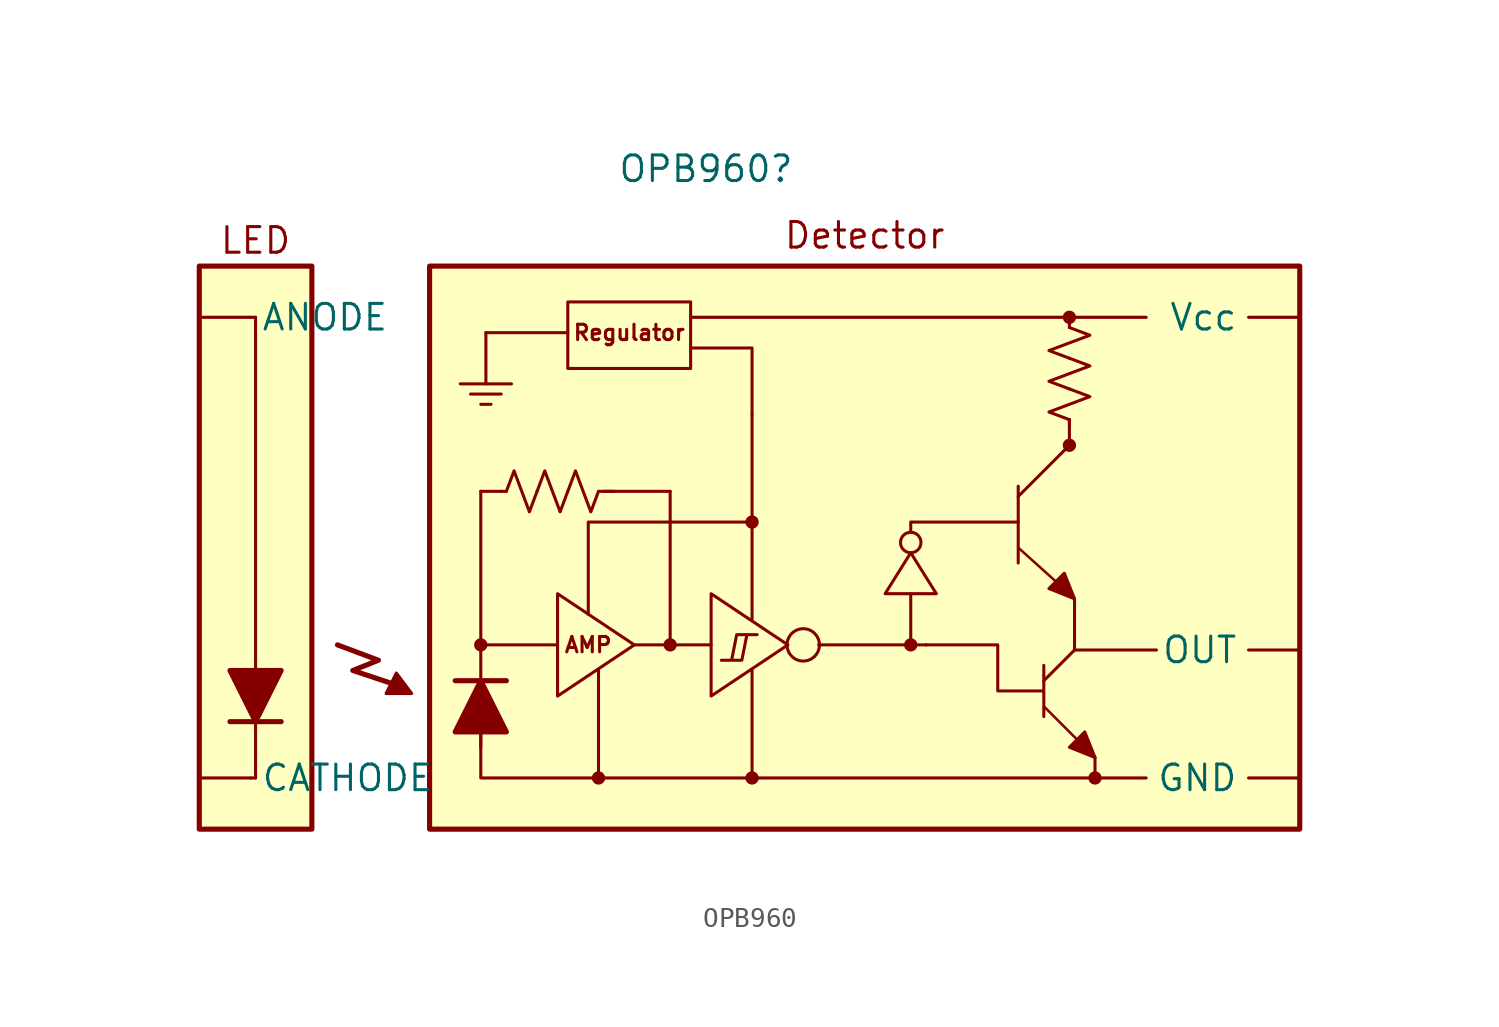
<source format=kicad_sym>
(kicad_symbol_lib
  (version 20231120)
  (generator "kicad_symbol_editor")
  (generator_version "8.0")
  (symbol "OPB960"
    (property "Reference" "OPB960"
      (at -7.874 18.796 0)
      (effects (font (size 1.27 1.27))))
    (property "Value" ""
      (at -3.81 -4.826 0)
      (effects (font (size 1.27 1.27))))
    (symbol "OPB960_0_1"
      (rectangle (start -14.732 12.192) (end -8.636 8.89) (stroke (width 0) (type default)) (fill (type none)))
      (polyline (pts (xy -30.226 -8.636) (xy -30.226 -6.096)) (stroke (width 0) (type default)) (fill (type none)))
      (polyline (pts (xy -28.956 -8.636) (xy -31.496 -8.636)) (stroke (width 0.254) (type default)) (fill (type none)))
      (polyline (pts (xy -19.558 7.62) (xy -18.034 7.62)) (stroke (width 0) (type default)) (fill (type none)))
      (polyline (pts (xy -19.05 -9.144) (xy -19.05 -6.604)) (stroke (width 0) (type default)) (fill (type none)))
      (polyline (pts (xy -19.05 7.112) (xy -18.542 7.112)) (stroke (width 0) (type default)) (fill (type none)))
      (polyline (pts (xy -18.796 8.128) (xy -18.796 10.668)) (stroke (width 0) (type default)) (fill (type none)))
      (polyline (pts (xy -17.78 -6.604) (xy -20.32 -6.604)) (stroke (width 0.254) (type default)) (fill (type none)))
      (polyline (pts (xy -17.78 2.794) (xy -18.034 2.794)) (stroke (width 0) (type default)) (fill (type none)))
      (polyline (pts (xy -17.526 8.128) (xy -20.066 8.128)) (stroke (width 0) (type default)) (fill (type none)))
      (polyline (pts (xy -13.208 2.794) (xy -12.446 2.794)) (stroke (width 0) (type default)) (fill (type none)))
      (polyline (pts (xy 10.16 6.35) (xy 10.16 6.096)) (stroke (width 0) (type default)) (fill (type none)))
      (polyline (pts (xy 10.16 10.922) (xy 10.16 11.43)) (stroke (width 0) (type default)) (fill (type none)))
      (polyline (pts (xy 10.414 -2.54) (xy 9.144 -2.032) (xy 9.906 -1.27) (xy 10.414 -2.54)) (stroke (width 0) (type default)) (fill (type outline)))
      (polyline (pts (xy 11.43 -10.414) (xy 10.16 -9.906) (xy 10.922 -9.144) (xy 11.43 -10.414)) (stroke (width 0) (type default)) (fill (type outline)))
      (polyline (pts (xy -17.78 2.794) (xy -17.399 3.81) (xy -17.018 2.794) (xy -16.637 1.778) (xy -16.256 2.794)) (stroke (width 0) (type default)) (fill (type none)))
      (polyline (pts (xy -16.256 2.794) (xy -15.875 3.81) (xy -15.494 2.794) (xy -15.113 1.778) (xy -14.732 2.794)) (stroke (width 0) (type default)) (fill (type none)))
      (polyline (pts (xy -14.732 2.794) (xy -14.351 3.81) (xy -13.97 2.794) (xy -13.589 1.778) (xy -13.208 2.794)) (stroke (width 0) (type default)) (fill (type none)))
      (polyline (pts (xy 10.16 7.874) (xy 11.176 7.493) (xy 10.16 7.112) (xy 9.144 6.731) (xy 10.16 6.35)) (stroke (width 0) (type default)) (fill (type none)))
      (polyline (pts (xy 10.16 9.398) (xy 11.176 9.017) (xy 10.16 8.636) (xy 9.144 8.255) (xy 10.16 7.874)) (stroke (width 0) (type default)) (fill (type none)))
      (polyline (pts (xy 10.16 10.922) (xy 11.176 10.541) (xy 10.16 10.16) (xy 9.144 9.779) (xy 10.16 9.398)) (stroke (width 0) (type default)) (fill (type none)))
      (polyline (pts (xy -5.334 -4.318) (xy -6.35 -4.318) (xy -6.604 -5.588) (xy -7.112 -5.588) (xy -6.096 -5.588) (xy -5.842 -4.318)) (stroke (width 0) (type default)) (fill (type none))))
    (symbol "OPB960_1_1"
      (rectangle (start -33.02 13.97) (end -27.432 -13.97) (stroke (width 0.254) (type default)) (fill (type background)))
      (rectangle (start -21.59 13.97) (end 21.59 -13.97) (stroke (width 0.254) (type default)) (fill (type background)))
      (circle (center -19.05 -4.826) (radius 0.254) (stroke (width 0) (type default)) (fill (type outline)))
      (circle (center -13.208 -11.43) (radius 0.254) (stroke (width 0) (type default)) (fill (type outline)))
      (circle (center -9.652 -4.826) (radius 0.254) (stroke (width 0) (type default)) (fill (type outline)))
      (circle (center -5.588 -11.43) (radius 0.254) (stroke (width 0) (type default)) (fill (type outline)))
      (circle (center -5.588 1.27) (radius 0.254) (stroke (width 0) (type default)) (fill (type outline)))
      (circle (center -3.048 -4.826) (radius 0.803) (stroke (width 0) (type default)) (fill (type none)))
      (polyline (pts (xy -30.48 -11.43) (xy -30.226 -11.43)) (stroke (width 0) (type default)) (fill (type none)))
      (polyline (pts (xy -30.48 11.43) (xy -30.226 11.43)) (stroke (width 0) (type default)) (fill (type none)))
      (polyline (pts (xy -30.226 -11.43) (xy -30.226 -7.62)) (stroke (width 0) (type default)) (fill (type none)))
      (polyline (pts (xy -30.226 -6.096) (xy -30.226 11.43)) (stroke (width 0) (type default)) (fill (type none)))
      (polyline (pts (xy -19.05 -4.826) (xy -19.05 2.794)) (stroke (width 0) (type default)) (fill (type none)))
      (polyline (pts (xy -19.05 2.794) (xy -18.034 2.794)) (stroke (width 0) (type default)) (fill (type none)))
      (polyline (pts (xy -18.796 10.668) (xy -14.732 10.668)) (stroke (width 0) (type default)) (fill (type none)))
      (polyline (pts (xy -13.208 -6.096) (xy -13.208 -11.43)) (stroke (width 0) (type default)) (fill (type none)))
      (polyline (pts (xy -12.954 2.794) (xy -9.652 2.794)) (stroke (width 0) (type default)) (fill (type none)))
      (polyline (pts (xy -11.43 -4.826) (xy -7.62 -4.826)) (stroke (width 0) (type default)) (fill (type none)))
      (polyline (pts (xy -9.652 -4.826) (xy -9.652 2.794)) (stroke (width 0) (type default)) (fill (type none)))
      (polyline (pts (xy -5.588 -6.096) (xy -5.588 -11.43)) (stroke (width 0) (type default)) (fill (type none)))
      (polyline (pts (xy -5.588 -3.556) (xy -5.588 6.604)) (stroke (width 0) (type default)) (fill (type none)))
      (polyline (pts (xy 2.286 -2.286) (xy 2.286 -4.826)) (stroke (width 0) (type default)) (fill (type none)))
      (polyline (pts (xy 7.62 2.54) (xy 10.16 5.08)) (stroke (width 0) (type default)) (fill (type none)))
      (polyline (pts (xy 7.62 3.048) (xy 7.62 -0.762)) (stroke (width 0) (type default)) (fill (type none)))
      (polyline (pts (xy 8.89 -6.604) (xy 10.414 -5.08)) (stroke (width 0) (type default)) (fill (type none)))
      (polyline (pts (xy 8.89 -6.35) (xy 8.89 -6.35)) (stroke (width 0) (type default)) (fill (type none)))
      (polyline (pts (xy 10.16 -2.286) (xy 7.62 0)) (stroke (width 0.127) (type default)) (fill (type none)))
      (polyline (pts (xy 10.16 6.35) (xy 10.16 5.08)) (stroke (width 0) (type default)) (fill (type none)))
      (polyline (pts (xy 10.16 6.35) (xy 10.16 6.35)) (stroke (width 0) (type default)) (fill (type none)))
      (polyline (pts (xy 10.414 -5.08) (xy 14.478 -5.08)) (stroke (width 0) (type default)) (fill (type none)))
      (polyline (pts (xy 10.414 -2.54) (xy 10.414 -5.08)) (stroke (width 0) (type default)) (fill (type none)))
      (polyline (pts (xy 11.43 -10.414) (xy 8.89 -7.874)) (stroke (width 0.127) (type default)) (fill (type none)))
      (polyline (pts (xy 11.43 -10.414) (xy 11.43 -11.43)) (stroke (width 0) (type default)) (fill (type none)))
      (polyline (pts (xy -19.05 -7.62) (xy -19.05 -11.43) (xy 13.97 -11.43)) (stroke (width 0) (type default)) (fill (type none)))
      (polyline (pts (xy -15.24 -4.826) (xy -19.05 -4.826) (xy -19.05 -9.906)) (stroke (width 0) (type default)) (fill (type none)))
      (polyline (pts (xy -8.636 9.906) (xy -5.588 9.906) (xy -5.588 6.604)) (stroke (width 0) (type default)) (fill (type none)))
      (polyline (pts (xy -5.588 1.27) (xy -13.716 1.27) (xy -13.716 -3.302)) (stroke (width 0) (type default)) (fill (type none)))
      (polyline (pts (xy -2.286 -4.826) (xy 3.048 -4.826) (xy 3.048 -4.826)) (stroke (width 0) (type default)) (fill (type none)))
      (polyline (pts (xy 7.62 1.27) (xy 2.286 1.27) (xy 2.286 0.762)) (stroke (width 0) (type default)) (fill (type none)))
      (polyline (pts (xy 13.97 11.43) (xy -8.636 11.43) (xy -5.588 11.43)) (stroke (width 0) (type default)) (fill (type none)))
      (polyline (pts (xy -28.956 -6.096) (xy -31.496 -6.096) (xy -30.226 -8.636) (xy -28.956 -6.096)) (stroke (width 0.254) (type default)) (fill (type outline)))
      (polyline (pts (xy -26.162 -4.826) (xy -24.13 -5.588) (xy -25.4 -6.096) (xy -23.495 -6.731)) (stroke (width 0.254) (type default) (color 132 0 0 1)) (fill (type none)))
      (polyline (pts (xy -23.749 -7.239) (xy -23.241 -6.223) (xy -22.479 -7.239) (xy -23.749 -7.239)) (stroke (width 0) (type default)) (fill (type outline)))
      (polyline (pts (xy -17.78 -9.144) (xy -20.32 -9.144) (xy -19.05 -6.604) (xy -17.78 -9.144)) (stroke (width 0.254) (type default)) (fill (type outline)))
      (polyline (pts (xy -11.43 -4.826) (xy -15.24 -2.286) (xy -15.24 -7.366) (xy -11.43 -4.826)) (stroke (width 0) (type default)) (fill (type background)))
      (polyline (pts (xy -7.62 -2.286) (xy -3.81 -4.826) (xy -7.62 -7.366) (xy -7.62 -2.286)) (stroke (width 0) (type default)) (fill (type none)))
      (polyline (pts (xy 2.286 -0.254) (xy 1.016 -2.286) (xy 3.556 -2.286) (xy 2.286 -0.254)) (stroke (width 0) (type default)) (fill (type none)))
      (polyline (pts (xy 3.048 -4.826) (xy 6.604 -4.826) (xy 6.604 -7.112) (xy 8.89 -7.112) (xy 8.89 -5.842) (xy 8.89 -8.382)) (stroke (width 0) (type default)) (fill (type none)))
      (circle (center 2.286 -4.826) (radius 0.254) (stroke (width 0) (type default)) (fill (type outline)))
      (circle (center 2.286 0.254) (radius 0.508) (stroke (width 0) (type default)) (fill (type none)))
      (circle (center 10.16 5.08) (radius 0.254) (stroke (width 0) (type default)) (fill (type outline)))
      (circle (center 10.16 11.43) (radius 0.254) (stroke (width 0) (type default)) (fill (type outline)))
      (circle (center 11.43 -11.43) (radius 0.254) (stroke (width 0) (type default)) (fill (type outline)))
      (text "AMP" (at -13.716 -4.826 0) (effects (font (size 0.762 0.762))))
      (text "Detector\n" (at 0 15.494 0) (effects (font (size 1.27 1.27))))
      (text "LED" (at -30.226 15.24 0) (effects (font (size 1.27 1.27))))
      (text "Regulator\n" (at -11.684 10.668 0) (effects (font (size 0.762 0.762))))
      (pin input line (at -33.02 11.43 0) (length 2.54) (name "ANODE" (effects (font (size 1.27 1.27)))) (number "" (effects (font (size 1.27 1.27)))))
      (pin input line (at -33.02 -11.43 0) (length 2.54) (name "CATHODE" (effects (font (size 1.27 1.27)))) (number "" (effects (font (size 1.27 1.27)))))
      (pin input line (at 21.59 -11.43 180) (length 2.54) (name "GND" (effects (font (size 1.27 1.27)))) (number "" (effects (font (size 1.27 1.27)))))
      (pin input line (at 21.59 -5.08 180) (length 2.54) (name "OUT" (effects (font (size 1.27 1.27)))) (number "" (effects (font (size 1.27 1.27)))))
      (pin input line (at 21.59 11.43 180) (length 2.54) (name "Vcc" (effects (font (size 1.27 1.27)))) (number "" (effects (font (size 1.27 1.27))))))))
</source>
